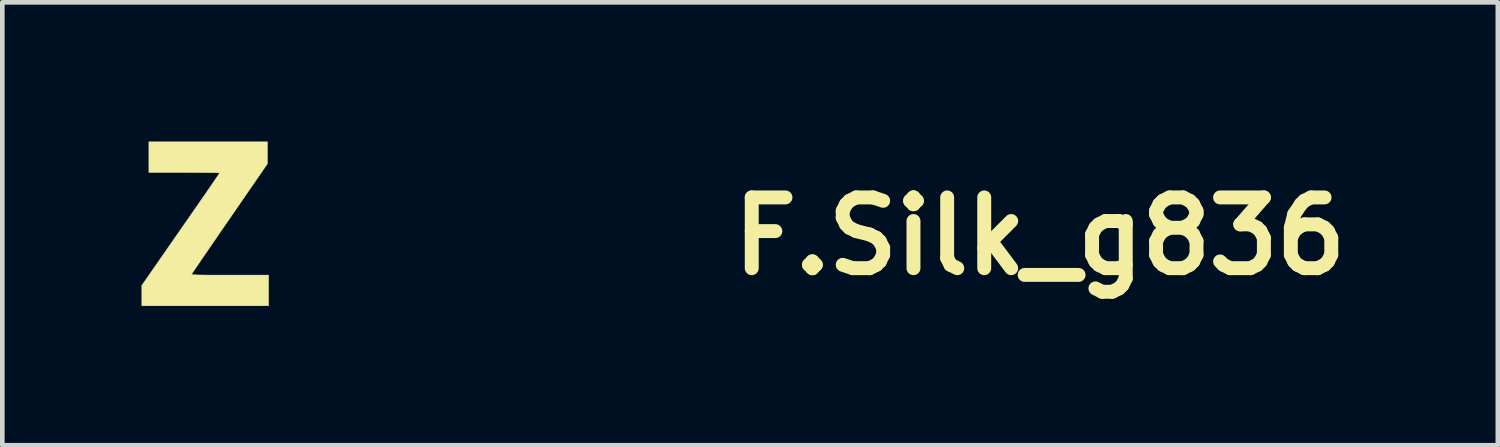
<source format=kicad_pcb>
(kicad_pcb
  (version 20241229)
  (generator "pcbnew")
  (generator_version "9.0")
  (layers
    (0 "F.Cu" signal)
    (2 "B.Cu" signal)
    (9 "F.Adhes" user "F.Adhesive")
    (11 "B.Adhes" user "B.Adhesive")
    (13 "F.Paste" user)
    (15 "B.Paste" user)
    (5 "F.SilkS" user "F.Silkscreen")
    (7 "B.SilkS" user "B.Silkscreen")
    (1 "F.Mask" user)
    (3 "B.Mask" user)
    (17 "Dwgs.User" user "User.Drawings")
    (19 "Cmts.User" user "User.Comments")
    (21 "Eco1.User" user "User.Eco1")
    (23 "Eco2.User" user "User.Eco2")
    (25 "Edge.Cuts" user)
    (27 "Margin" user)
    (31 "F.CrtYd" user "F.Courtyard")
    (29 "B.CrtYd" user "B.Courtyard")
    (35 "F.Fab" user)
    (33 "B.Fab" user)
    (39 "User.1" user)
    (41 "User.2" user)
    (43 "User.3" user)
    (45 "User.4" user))
  (footprint "F.Silk_g836"
    (layer "F.Cu")
    (at 19.347 2.037)
    (property "Reference" "F.Silk_g836" (at 0 0 0) (layer "F.SilkS") (effects (font (size 1.524 1.524) (thickness 0.3))))
    (attr through_hole)
    (fp_poly (pts (xy -16.637 -1.56) (xy -17.45 -0.38) (xy -17.558 -0.224) (xy -17.661 -0.074) (xy -17.759 0.069) (xy -17.851 0.204) (xy -17.937 0.329) (xy -18.015 0.442) (xy -18.084 0.544) (xy -18.144 0.631) (xy -18.194 0.704) (xy -18.232 0.76) (xy -18.257 0.799) (xy -18.27 0.818) (xy -18.271 0.82) (xy -18.27 0.823) (xy -18.262 0.827) (xy -18.247 0.829) (xy -18.221 0.832) (xy -18.184 0.833) (xy -18.133 0.835) (xy -18.068 0.836) (xy -17.986 0.837) (xy -17.885 0.838) (xy -17.764 0.838) (xy -17.621 0.838) (xy -17.455 0.838) (xy -17.445 0.838) (xy -16.612 0.838) (xy -16.612 1.499) (xy -19.342 1.499) (xy -19.342 1.06) (xy -18.504 -0.146) (xy -18.395 -0.303) (xy -18.29 -0.454) (xy -18.19 -0.598) (xy -18.096 -0.734) (xy -18.009 -0.859) (xy -17.93 -0.974) (xy -17.859 -1.077) (xy -17.798 -1.166) (xy -17.748 -1.24) (xy -17.708 -1.297) (xy -17.681 -1.337) (xy -17.667 -1.359) (xy -17.666 -1.362) (xy -17.678 -1.363) (xy -17.714 -1.365) (xy -17.77 -1.367) (xy -17.845 -1.368) (xy -17.937 -1.369) (xy -18.044 -1.37) (xy -18.163 -1.371) (xy -18.291 -1.371) (xy -18.428 -1.372) (xy -19.19 -1.372) (xy -19.19 -2.032) (xy -16.637 -2.032) (xy -16.637 -1.56)) (stroke (width 0.01) (type solid)) (fill yes) (layer "F.SilkS")))
  (gr_rect
    (start -3 -3)
    (end 29.212 6.541)
    (stroke (width 0.1) (type default))
    (fill no)
    (layer "Edge.Cuts")))
</source>
